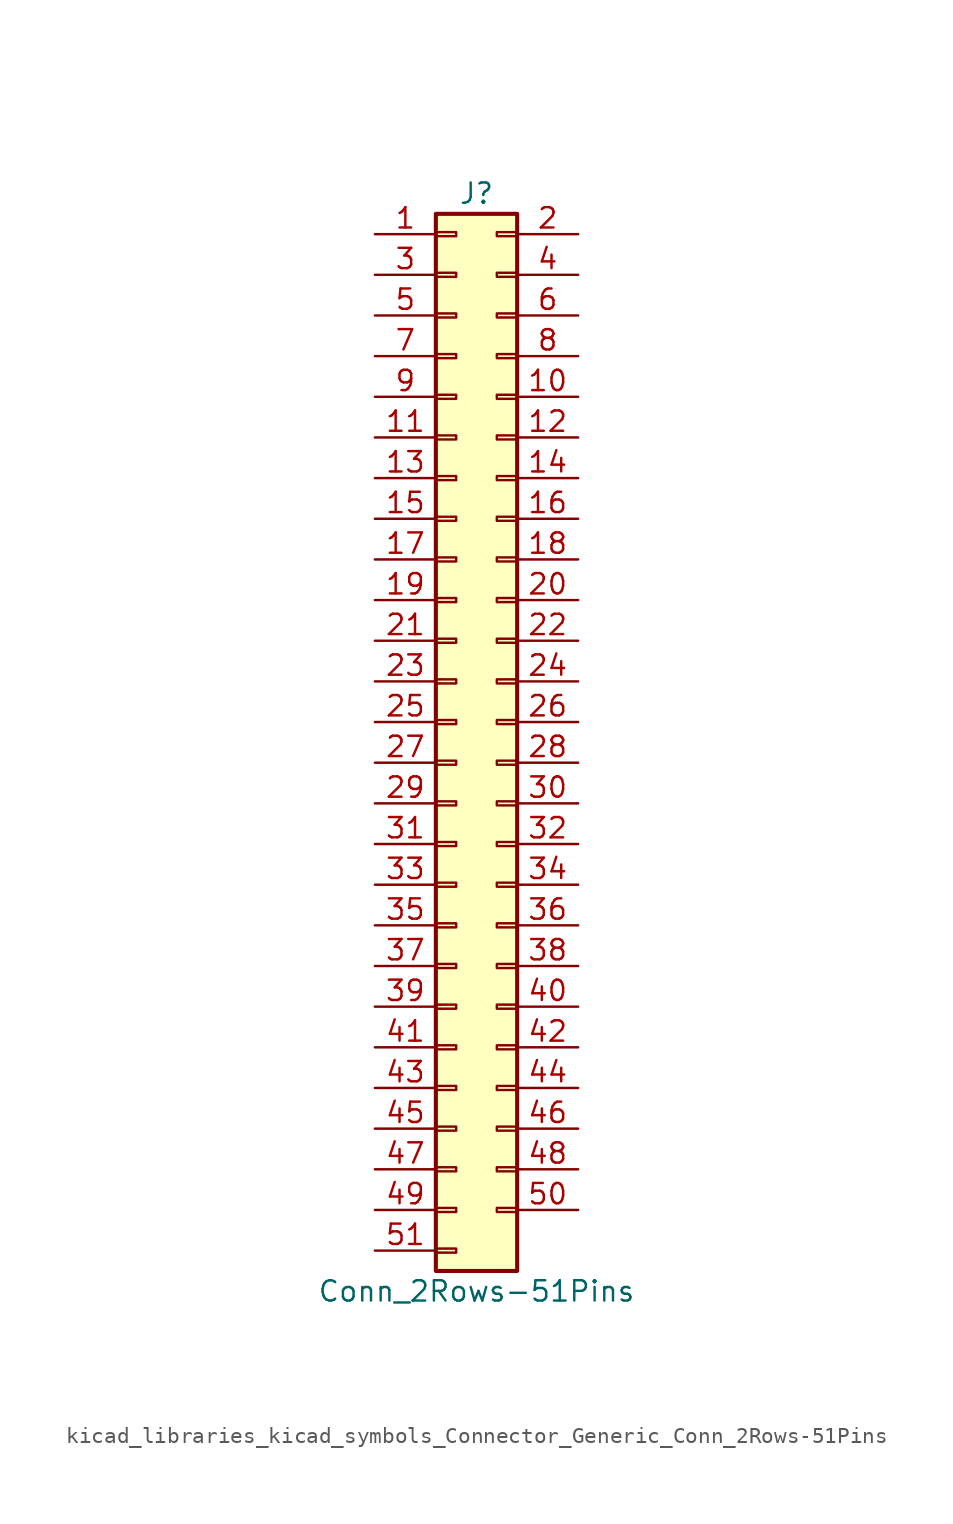
<source format=kicad_sym>
(kicad_symbol_lib
  (version 20220914)
  (generator kicad_symbol_editor)
  (symbol "kicad_libraries_kicad_symbols_Connector_Generic_Conn_2Rows-51Pins"
    (pin_names
      (offset 1.016) hide)
    (property "Reference" "J"
      (at 1.27 33.02 0)
      (effects (font (size 1.27 1.27))))
    (property "Value" "Conn_2Rows-51Pins"
      (at 1.27 -35.56 0)
      (effects (font (size 1.27 1.27))))
    (symbol "kicad_libraries_kicad_symbols_Connector_Generic_Conn_2Rows-51Pins_1_1"
      (rectangle (start -1.27 -32.893) (end 0 -33.147) (stroke (width 0.152) (type default)) (fill (type none)))
      (rectangle (start -1.27 -30.353) (end 0 -30.607) (stroke (width 0.152) (type default)) (fill (type none)))
      (rectangle (start -1.27 -27.813) (end 0 -28.067) (stroke (width 0.152) (type default)) (fill (type none)))
      (rectangle (start -1.27 -25.273) (end 0 -25.527) (stroke (width 0.152) (type default)) (fill (type none)))
      (rectangle (start -1.27 -22.733) (end 0 -22.987) (stroke (width 0.152) (type default)) (fill (type none)))
      (rectangle (start -1.27 -20.193) (end 0 -20.447) (stroke (width 0.152) (type default)) (fill (type none)))
      (rectangle (start -1.27 -17.653) (end 0 -17.907) (stroke (width 0.152) (type default)) (fill (type none)))
      (rectangle (start -1.27 -15.113) (end 0 -15.367) (stroke (width 0.152) (type default)) (fill (type none)))
      (rectangle (start -1.27 -12.573) (end 0 -12.827) (stroke (width 0.152) (type default)) (fill (type none)))
      (rectangle (start -1.27 -10.033) (end 0 -10.287) (stroke (width 0.152) (type default)) (fill (type none)))
      (rectangle (start -1.27 -7.493) (end 0 -7.747) (stroke (width 0.152) (type default)) (fill (type none)))
      (rectangle (start -1.27 -4.953) (end 0 -5.207) (stroke (width 0.152) (type default)) (fill (type none)))
      (rectangle (start -1.27 -2.413) (end 0 -2.667) (stroke (width 0.152) (type default)) (fill (type none)))
      (rectangle (start -1.27 0.127) (end 0 -0.127) (stroke (width 0.152) (type default)) (fill (type none)))
      (rectangle (start -1.27 2.667) (end 0 2.413) (stroke (width 0.152) (type default)) (fill (type none)))
      (rectangle (start -1.27 5.207) (end 0 4.953) (stroke (width 0.152) (type default)) (fill (type none)))
      (rectangle (start -1.27 7.747) (end 0 7.493) (stroke (width 0.152) (type default)) (fill (type none)))
      (rectangle (start -1.27 10.287) (end 0 10.033) (stroke (width 0.152) (type default)) (fill (type none)))
      (rectangle (start -1.27 12.827) (end 0 12.573) (stroke (width 0.152) (type default)) (fill (type none)))
      (rectangle (start -1.27 15.367) (end 0 15.113) (stroke (width 0.152) (type default)) (fill (type none)))
      (rectangle (start -1.27 17.907) (end 0 17.653) (stroke (width 0.152) (type default)) (fill (type none)))
      (rectangle (start -1.27 20.447) (end 0 20.193) (stroke (width 0.152) (type default)) (fill (type none)))
      (rectangle (start -1.27 22.987) (end 0 22.733) (stroke (width 0.152) (type default)) (fill (type none)))
      (rectangle (start -1.27 25.527) (end 0 25.273) (stroke (width 0.152) (type default)) (fill (type none)))
      (rectangle (start -1.27 28.067) (end 0 27.813) (stroke (width 0.152) (type default)) (fill (type none)))
      (rectangle (start -1.27 30.607) (end 0 30.353) (stroke (width 0.152) (type default)) (fill (type none)))
      (rectangle (start -1.27 31.75) (end 3.81 -34.29) (stroke (width 0.254) (type default)) (fill (type background)))
      (rectangle (start 3.81 -30.353) (end 2.54 -30.607) (stroke (width 0.152) (type default)) (fill (type none)))
      (rectangle (start 3.81 -27.813) (end 2.54 -28.067) (stroke (width 0.152) (type default)) (fill (type none)))
      (rectangle (start 3.81 -25.273) (end 2.54 -25.527) (stroke (width 0.152) (type default)) (fill (type none)))
      (rectangle (start 3.81 -22.733) (end 2.54 -22.987) (stroke (width 0.152) (type default)) (fill (type none)))
      (rectangle (start 3.81 -20.193) (end 2.54 -20.447) (stroke (width 0.152) (type default)) (fill (type none)))
      (rectangle (start 3.81 -17.653) (end 2.54 -17.907) (stroke (width 0.152) (type default)) (fill (type none)))
      (rectangle (start 3.81 -15.113) (end 2.54 -15.367) (stroke (width 0.152) (type default)) (fill (type none)))
      (rectangle (start 3.81 -12.573) (end 2.54 -12.827) (stroke (width 0.152) (type default)) (fill (type none)))
      (rectangle (start 3.81 -10.033) (end 2.54 -10.287) (stroke (width 0.152) (type default)) (fill (type none)))
      (rectangle (start 3.81 -7.493) (end 2.54 -7.747) (stroke (width 0.152) (type default)) (fill (type none)))
      (rectangle (start 3.81 -4.953) (end 2.54 -5.207) (stroke (width 0.152) (type default)) (fill (type none)))
      (rectangle (start 3.81 -2.413) (end 2.54 -2.667) (stroke (width 0.152) (type default)) (fill (type none)))
      (rectangle (start 3.81 0.127) (end 2.54 -0.127) (stroke (width 0.152) (type default)) (fill (type none)))
      (rectangle (start 3.81 2.667) (end 2.54 2.413) (stroke (width 0.152) (type default)) (fill (type none)))
      (rectangle (start 3.81 5.207) (end 2.54 4.953) (stroke (width 0.152) (type default)) (fill (type none)))
      (rectangle (start 3.81 7.747) (end 2.54 7.493) (stroke (width 0.152) (type default)) (fill (type none)))
      (rectangle (start 3.81 10.287) (end 2.54 10.033) (stroke (width 0.152) (type default)) (fill (type none)))
      (rectangle (start 3.81 12.827) (end 2.54 12.573) (stroke (width 0.152) (type default)) (fill (type none)))
      (rectangle (start 3.81 15.367) (end 2.54 15.113) (stroke (width 0.152) (type default)) (fill (type none)))
      (rectangle (start 3.81 17.907) (end 2.54 17.653) (stroke (width 0.152) (type default)) (fill (type none)))
      (rectangle (start 3.81 20.447) (end 2.54 20.193) (stroke (width 0.152) (type default)) (fill (type none)))
      (rectangle (start 3.81 22.987) (end 2.54 22.733) (stroke (width 0.152) (type default)) (fill (type none)))
      (rectangle (start 3.81 25.527) (end 2.54 25.273) (stroke (width 0.152) (type default)) (fill (type none)))
      (rectangle (start 3.81 28.067) (end 2.54 27.813) (stroke (width 0.152) (type default)) (fill (type none)))
      (rectangle (start 3.81 30.607) (end 2.54 30.353) (stroke (width 0.152) (type default)) (fill (type none)))
      (pin passive line (at -5.08 30.48 0) (length 3.81) (name "Pin_1" (effects (font (size 1.27 1.27)))) (number "1" (effects (font (size 1.27 1.27)))))
      (pin passive line (at 7.62 20.32 180) (length 3.81) (name "Pin_10" (effects (font (size 1.27 1.27)))) (number "10" (effects (font (size 1.27 1.27)))))
      (pin passive line (at -5.08 17.78 0) (length 3.81) (name "Pin_11" (effects (font (size 1.27 1.27)))) (number "11" (effects (font (size 1.27 1.27)))))
      (pin passive line (at 7.62 17.78 180) (length 3.81) (name "Pin_12" (effects (font (size 1.27 1.27)))) (number "12" (effects (font (size 1.27 1.27)))))
      (pin passive line (at -5.08 15.24 0) (length 3.81) (name "Pin_13" (effects (font (size 1.27 1.27)))) (number "13" (effects (font (size 1.27 1.27)))))
      (pin passive line (at 7.62 15.24 180) (length 3.81) (name "Pin_14" (effects (font (size 1.27 1.27)))) (number "14" (effects (font (size 1.27 1.27)))))
      (pin passive line (at -5.08 12.7 0) (length 3.81) (name "Pin_15" (effects (font (size 1.27 1.27)))) (number "15" (effects (font (size 1.27 1.27)))))
      (pin passive line (at 7.62 12.7 180) (length 3.81) (name "Pin_16" (effects (font (size 1.27 1.27)))) (number "16" (effects (font (size 1.27 1.27)))))
      (pin passive line (at -5.08 10.16 0) (length 3.81) (name "Pin_17" (effects (font (size 1.27 1.27)))) (number "17" (effects (font (size 1.27 1.27)))))
      (pin passive line (at 7.62 10.16 180) (length 3.81) (name "Pin_18" (effects (font (size 1.27 1.27)))) (number "18" (effects (font (size 1.27 1.27)))))
      (pin passive line (at -5.08 7.62 0) (length 3.81) (name "Pin_19" (effects (font (size 1.27 1.27)))) (number "19" (effects (font (size 1.27 1.27)))))
      (pin passive line (at 7.62 30.48 180) (length 3.81) (name "Pin_2" (effects (font (size 1.27 1.27)))) (number "2" (effects (font (size 1.27 1.27)))))
      (pin passive line (at 7.62 7.62 180) (length 3.81) (name "Pin_20" (effects (font (size 1.27 1.27)))) (number "20" (effects (font (size 1.27 1.27)))))
      (pin passive line (at -5.08 5.08 0) (length 3.81) (name "Pin_21" (effects (font (size 1.27 1.27)))) (number "21" (effects (font (size 1.27 1.27)))))
      (pin passive line (at 7.62 5.08 180) (length 3.81) (name "Pin_22" (effects (font (size 1.27 1.27)))) (number "22" (effects (font (size 1.27 1.27)))))
      (pin passive line (at -5.08 2.54 0) (length 3.81) (name "Pin_23" (effects (font (size 1.27 1.27)))) (number "23" (effects (font (size 1.27 1.27)))))
      (pin passive line (at 7.62 2.54 180) (length 3.81) (name "Pin_24" (effects (font (size 1.27 1.27)))) (number "24" (effects (font (size 1.27 1.27)))))
      (pin passive line (at -5.08 0 0) (length 3.81) (name "Pin_25" (effects (font (size 1.27 1.27)))) (number "25" (effects (font (size 1.27 1.27)))))
      (pin passive line (at 7.62 0 180) (length 3.81) (name "Pin_26" (effects (font (size 1.27 1.27)))) (number "26" (effects (font (size 1.27 1.27)))))
      (pin passive line (at -5.08 -2.54 0) (length 3.81) (name "Pin_27" (effects (font (size 1.27 1.27)))) (number "27" (effects (font (size 1.27 1.27)))))
      (pin passive line (at 7.62 -2.54 180) (length 3.81) (name "Pin_28" (effects (font (size 1.27 1.27)))) (number "28" (effects (font (size 1.27 1.27)))))
      (pin passive line (at -5.08 -5.08 0) (length 3.81) (name "Pin_29" (effects (font (size 1.27 1.27)))) (number "29" (effects (font (size 1.27 1.27)))))
      (pin passive line (at -5.08 27.94 0) (length 3.81) (name "Pin_3" (effects (font (size 1.27 1.27)))) (number "3" (effects (font (size 1.27 1.27)))))
      (pin passive line (at 7.62 -5.08 180) (length 3.81) (name "Pin_30" (effects (font (size 1.27 1.27)))) (number "30" (effects (font (size 1.27 1.27)))))
      (pin passive line (at -5.08 -7.62 0) (length 3.81) (name "Pin_31" (effects (font (size 1.27 1.27)))) (number "31" (effects (font (size 1.27 1.27)))))
      (pin passive line (at 7.62 -7.62 180) (length 3.81) (name "Pin_32" (effects (font (size 1.27 1.27)))) (number "32" (effects (font (size 1.27 1.27)))))
      (pin passive line (at -5.08 -10.16 0) (length 3.81) (name "Pin_33" (effects (font (size 1.27 1.27)))) (number "33" (effects (font (size 1.27 1.27)))))
      (pin passive line (at 7.62 -10.16 180) (length 3.81) (name "Pin_34" (effects (font (size 1.27 1.27)))) (number "34" (effects (font (size 1.27 1.27)))))
      (pin passive line (at -5.08 -12.7 0) (length 3.81) (name "Pin_35" (effects (font (size 1.27 1.27)))) (number "35" (effects (font (size 1.27 1.27)))))
      (pin passive line (at 7.62 -12.7 180) (length 3.81) (name "Pin_36" (effects (font (size 1.27 1.27)))) (number "36" (effects (font (size 1.27 1.27)))))
      (pin passive line (at -5.08 -15.24 0) (length 3.81) (name "Pin_37" (effects (font (size 1.27 1.27)))) (number "37" (effects (font (size 1.27 1.27)))))
      (pin passive line (at 7.62 -15.24 180) (length 3.81) (name "Pin_38" (effects (font (size 1.27 1.27)))) (number "38" (effects (font (size 1.27 1.27)))))
      (pin passive line (at -5.08 -17.78 0) (length 3.81) (name "Pin_39" (effects (font (size 1.27 1.27)))) (number "39" (effects (font (size 1.27 1.27)))))
      (pin passive line (at 7.62 27.94 180) (length 3.81) (name "Pin_4" (effects (font (size 1.27 1.27)))) (number "4" (effects (font (size 1.27 1.27)))))
      (pin passive line (at 7.62 -17.78 180) (length 3.81) (name "Pin_40" (effects (font (size 1.27 1.27)))) (number "40" (effects (font (size 1.27 1.27)))))
      (pin passive line (at -5.08 -20.32 0) (length 3.81) (name "Pin_41" (effects (font (size 1.27 1.27)))) (number "41" (effects (font (size 1.27 1.27)))))
      (pin passive line (at 7.62 -20.32 180) (length 3.81) (name "Pin_42" (effects (font (size 1.27 1.27)))) (number "42" (effects (font (size 1.27 1.27)))))
      (pin passive line (at -5.08 -22.86 0) (length 3.81) (name "Pin_43" (effects (font (size 1.27 1.27)))) (number "43" (effects (font (size 1.27 1.27)))))
      (pin passive line (at 7.62 -22.86 180) (length 3.81) (name "Pin_44" (effects (font (size 1.27 1.27)))) (number "44" (effects (font (size 1.27 1.27)))))
      (pin passive line (at -5.08 -25.4 0) (length 3.81) (name "Pin_45" (effects (font (size 1.27 1.27)))) (number "45" (effects (font (size 1.27 1.27)))))
      (pin passive line (at 7.62 -25.4 180) (length 3.81) (name "Pin_46" (effects (font (size 1.27 1.27)))) (number "46" (effects (font (size 1.27 1.27)))))
      (pin passive line (at -5.08 -27.94 0) (length 3.81) (name "Pin_47" (effects (font (size 1.27 1.27)))) (number "47" (effects (font (size 1.27 1.27)))))
      (pin passive line (at 7.62 -27.94 180) (length 3.81) (name "Pin_48" (effects (font (size 1.27 1.27)))) (number "48" (effects (font (size 1.27 1.27)))))
      (pin passive line (at -5.08 -30.48 0) (length 3.81) (name "Pin_49" (effects (font (size 1.27 1.27)))) (number "49" (effects (font (size 1.27 1.27)))))
      (pin passive line (at -5.08 25.4 0) (length 3.81) (name "Pin_5" (effects (font (size 1.27 1.27)))) (number "5" (effects (font (size 1.27 1.27)))))
      (pin passive line (at 7.62 -30.48 180) (length 3.81) (name "Pin_50" (effects (font (size 1.27 1.27)))) (number "50" (effects (font (size 1.27 1.27)))))
      (pin passive line (at -5.08 -33.02 0) (length 3.81) (name "Pin_51" (effects (font (size 1.27 1.27)))) (number "51" (effects (font (size 1.27 1.27)))))
      (pin passive line (at 7.62 25.4 180) (length 3.81) (name "Pin_6" (effects (font (size 1.27 1.27)))) (number "6" (effects (font (size 1.27 1.27)))))
      (pin passive line (at -5.08 22.86 0) (length 3.81) (name "Pin_7" (effects (font (size 1.27 1.27)))) (number "7" (effects (font (size 1.27 1.27)))))
      (pin passive line (at 7.62 22.86 180) (length 3.81) (name "Pin_8" (effects (font (size 1.27 1.27)))) (number "8" (effects (font (size 1.27 1.27)))))
      (pin passive line (at -5.08 20.32 0) (length 3.81) (name "Pin_9" (effects (font (size 1.27 1.27)))) (number "9" (effects (font (size 1.27 1.27))))))))
</source>
